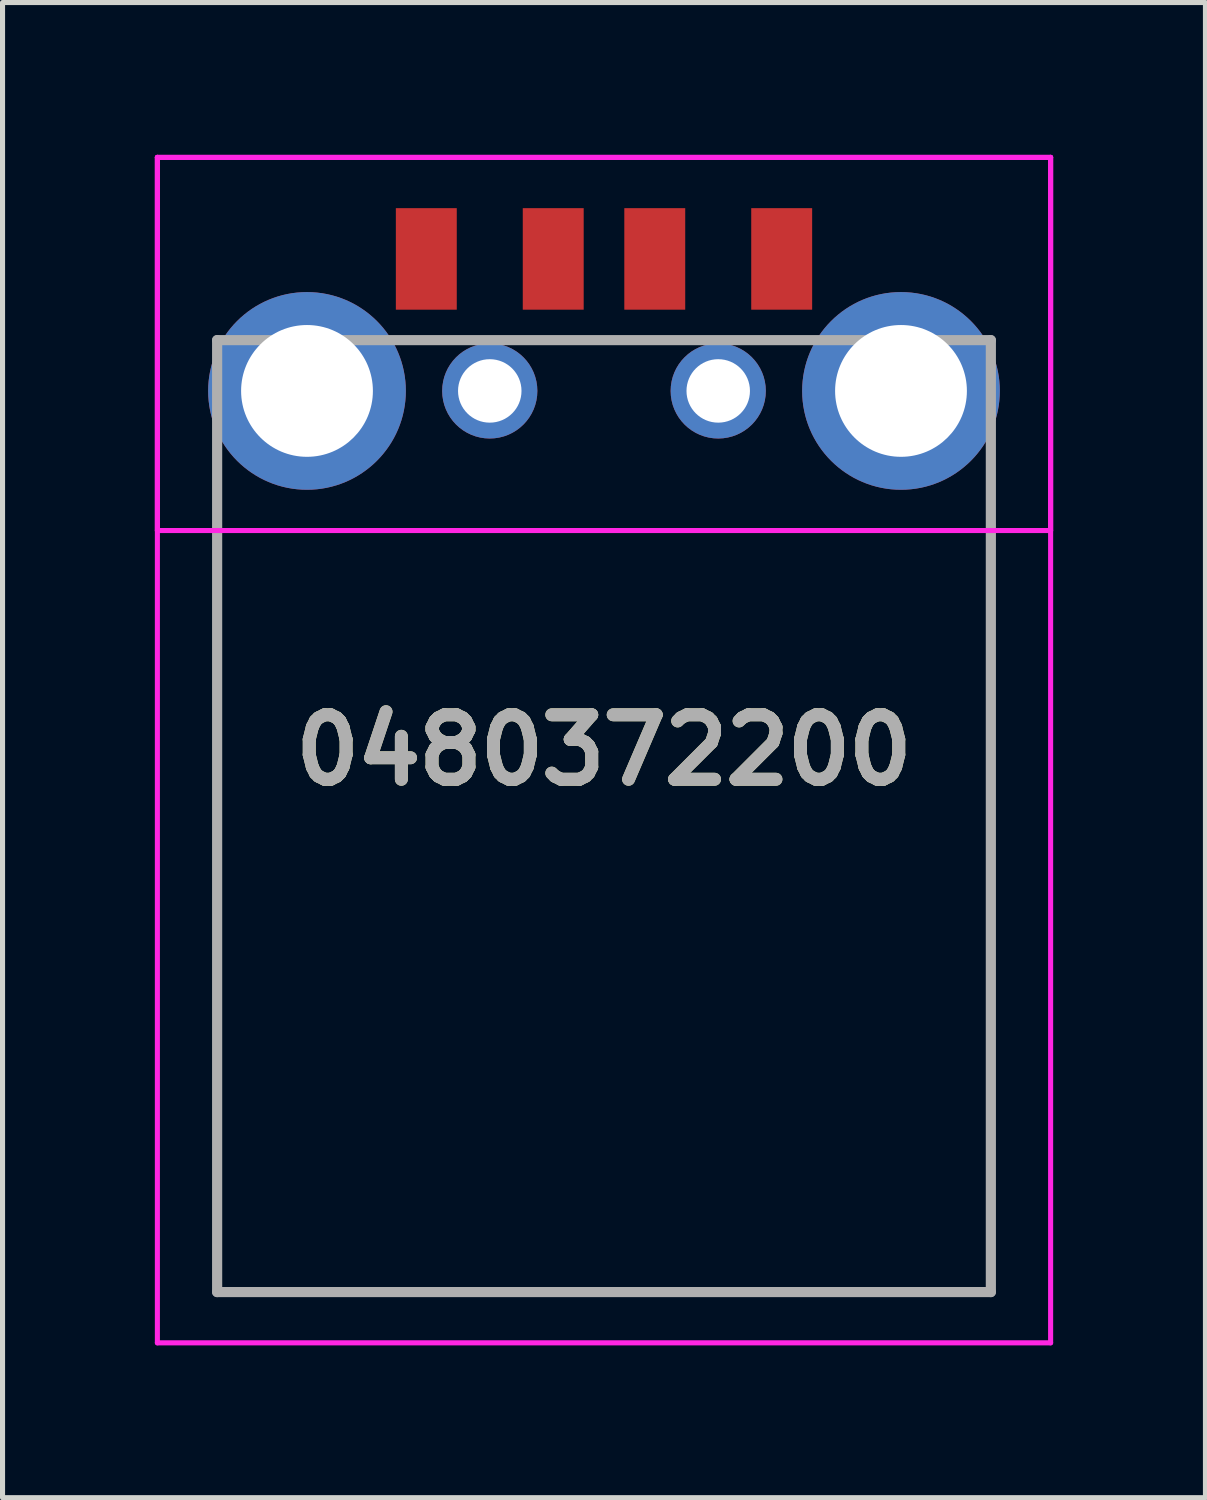
<source format=kicad_pcb>
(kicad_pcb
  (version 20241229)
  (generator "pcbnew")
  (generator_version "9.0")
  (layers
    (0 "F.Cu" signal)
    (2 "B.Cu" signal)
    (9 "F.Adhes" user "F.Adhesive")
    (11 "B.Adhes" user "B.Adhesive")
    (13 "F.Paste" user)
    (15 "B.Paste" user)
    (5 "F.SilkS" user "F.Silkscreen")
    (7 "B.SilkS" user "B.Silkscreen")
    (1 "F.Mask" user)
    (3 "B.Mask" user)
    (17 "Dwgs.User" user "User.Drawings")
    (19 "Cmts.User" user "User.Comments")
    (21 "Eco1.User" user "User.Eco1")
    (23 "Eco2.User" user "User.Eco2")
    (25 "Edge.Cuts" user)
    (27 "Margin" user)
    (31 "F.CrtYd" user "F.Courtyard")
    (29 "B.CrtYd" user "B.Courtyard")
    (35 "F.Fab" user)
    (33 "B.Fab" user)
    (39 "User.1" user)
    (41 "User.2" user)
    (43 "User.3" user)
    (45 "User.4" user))
  (footprint "0480372200"
    (layer "F.Cu")
    (at 8.847 12.225)
    (property "Reference" "0480372200" (at 0 -0.5 0) (layer "F.SilkS") (effects (font (size 1.27 1.27) (thickness 0.254))))
    (attr through_hole)
    (fp_line (start -7.62 -5.825) (end -7.62 10.175) (stroke (width 0.1) (type solid)) (layer "F.SilkS"))
    (fp_line (start -7.62 10.175) (end 7.62 10.175) (stroke (width 0.1) (type solid)) (layer "F.SilkS"))
    (fp_line (start -1 -8.575) (end 1 -8.575) (stroke (width 0.1) (type solid)) (layer "F.SilkS"))
    (fp_line (start 7.62 10.175) (end 7.62 -5.825) (stroke (width 0.1) (type solid)) (layer "F.SilkS"))
    (fp_line (start -8.797 -12.175) (end -8.797 -4.825) (stroke (width 0.1) (type solid)) (layer "F.CrtYd"))
    (fp_line (start -8.797 -12.175) (end 8.797 -12.175) (stroke (width 0.1) (type solid)) (layer "F.CrtYd"))
    (fp_line (start -8.797 -4.825) (end 8.797 -4.825) (stroke (width 0.1) (type solid)) (layer "F.CrtYd"))
    (fp_line (start -8.797 11.175) (end -8.797 -12.175) (stroke (width 0.1) (type solid)) (layer "F.CrtYd"))
    (fp_line (start 8.797 -12.175) (end -8.797 -12.175) (stroke (width 0.1) (type solid)) (layer "F.CrtYd"))
    (fp_line (start 8.797 -12.175) (end 8.797 11.175) (stroke (width 0.1) (type solid)) (layer "F.CrtYd"))
    (fp_line (start 8.797 -4.825) (end 8.797 -12.175) (stroke (width 0.1) (type solid)) (layer "F.CrtYd"))
    (fp_line (start 8.797 11.175) (end -8.797 11.175) (stroke (width 0.1) (type solid)) (layer "F.CrtYd"))
    (fp_line (start -7.62 -8.575) (end 7.62 -8.575) (stroke (width 0.2) (type solid)) (layer "F.Fab"))
    (fp_line (start -7.62 10.175) (end -7.62 -8.575) (stroke (width 0.2) (type solid)) (layer "F.Fab"))
    (fp_line (start 7.62 -8.575) (end 7.62 10.175) (stroke (width 0.2) (type solid)) (layer "F.Fab"))
    (fp_line (start 7.62 10.175) (end -7.62 10.175) (stroke (width 0.2) (type solid)) (layer "F.Fab"))
    (fp_text user "${REFERENCE}" (at 0 -0.5 0) (layer "F.Fab") (effects (font (size 1.27 1.27) (thickness 0.254))))
    (pad "1" smd rect (at 3.5 -10.175) (size 1.2 2) (layers "F.Cu" "F.Mask" "F.Paste"))
    (pad "2" smd rect (at 1 -10.175) (size 1.2 2) (layers "F.Cu" "F.Mask" "F.Paste"))
    (pad "3" smd rect (at -1 -10.175) (size 1.2 2) (layers "F.Cu" "F.Mask" "F.Paste"))
    (pad "4" smd rect (at -3.5 -10.175) (size 1.2 2) (layers "F.Cu" "F.Mask" "F.Paste"))
    (pad "5" thru_hole circle (at -2.25 -7.575) (size 1.875 1.875) (drill 1.25) (layers "*.Cu" "*.Mask"))
    (pad "6" thru_hole circle (at 2.25 -7.575) (size 1.875 1.875) (drill 1.25) (layers "*.Cu" "*.Mask"))
    (pad "7" thru_hole circle (at -5.85 -7.575) (size 3.894 3.894) (drill 2.596) (layers "*.Cu" "*.Mask"))
    (pad "8" thru_hole circle (at 5.85 -7.575) (size 3.894 3.894) (drill 2.596) (layers "*.Cu" "*.Mask")))
  (gr_rect
    (start -3 -3)
    (end 20.694 26.45)
    (stroke (width 0.1) (type default))
    (fill no)
    (layer "Edge.Cuts")))
</source>
